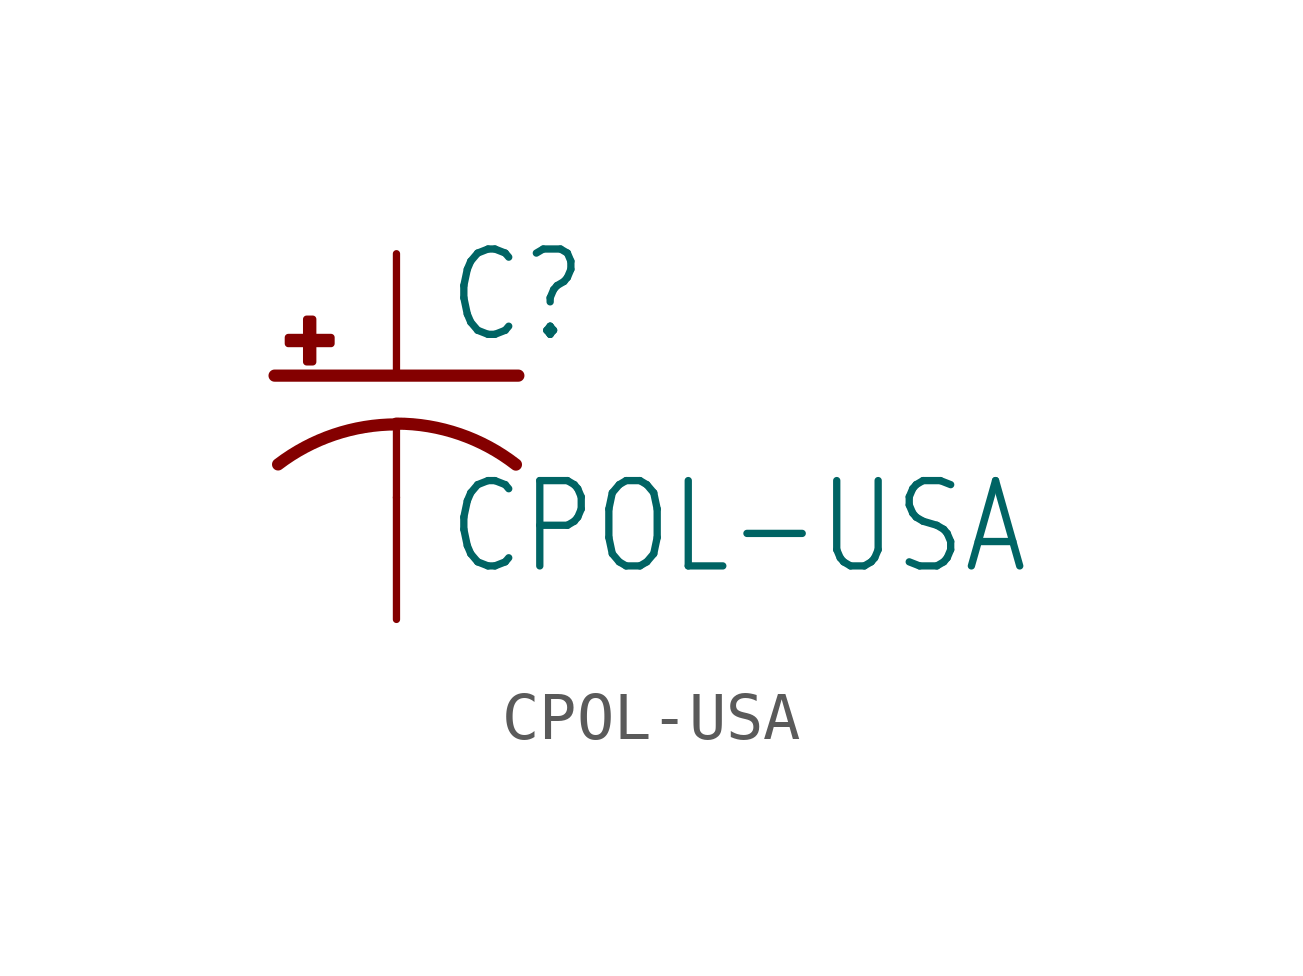
<source format=kicad_sym>
(kicad_symbol_lib
  (version 20211014)
  (generator kicad_symbol_editor)
  (symbol "CPOL-USA"
    (property "Reference" "C"
      (at 1.016 0.635 0)
      (effects (font (size 1.778 1.511)) (justify left bottom)))
    (property "Value" "CPOL-USA"
      (at 1.016 -4.191 0)
      (effects (font (size 1.778 1.511)) (justify left bottom)))
    (property "ki_locked" ""
      (at 0 0 0)
      (effects (font (size 1.27 1.27))))
    (symbol "CPOL-USA_1_0"
      (rectangle (start -2.253 0.668) (end -1.364 0.795) (stroke (width 0) (type default) (color 0 0 0 0)) (fill (type outline)))
      (rectangle (start -1.872 0.287) (end -1.745 1.176) (stroke (width 0) (type default) (color 0 0 0 0)) (fill (type outline)))
      (arc (start 0 -1.0161) (mid -1.3021 -1.2302) (end -2.4669 -1.8504) (stroke (width 0.254) (type default) (color 0 0 0 0)) (fill (type none)))
      (polyline (pts (xy -2.54 0) (xy 2.54 0)) (stroke (width 0.254) (type default) (color 0 0 0 0)) (fill (type none)))
      (polyline (pts (xy 0 -1.016) (xy 0 -2.54)) (stroke (width 0.152) (type default) (color 0 0 0 0)) (fill (type none)))
      (arc (start 2.4892 -1.8542) (mid 1.3158 -1.2195) (end 0 -1) (stroke (width 0.254) (type default) (color 0 0 0 0)) (fill (type none)))
      (pin passive line (at 0 2.54 270) (length 2.54) (name "+" (effects (font (size 0 0)))) (number "+" (effects (font (size 0 0)))))
      (pin passive line (at 0 -5.08 90) (length 2.54) (name "-" (effects (font (size 0 0)))) (number "-" (effects (font (size 0 0))))))))
</source>
